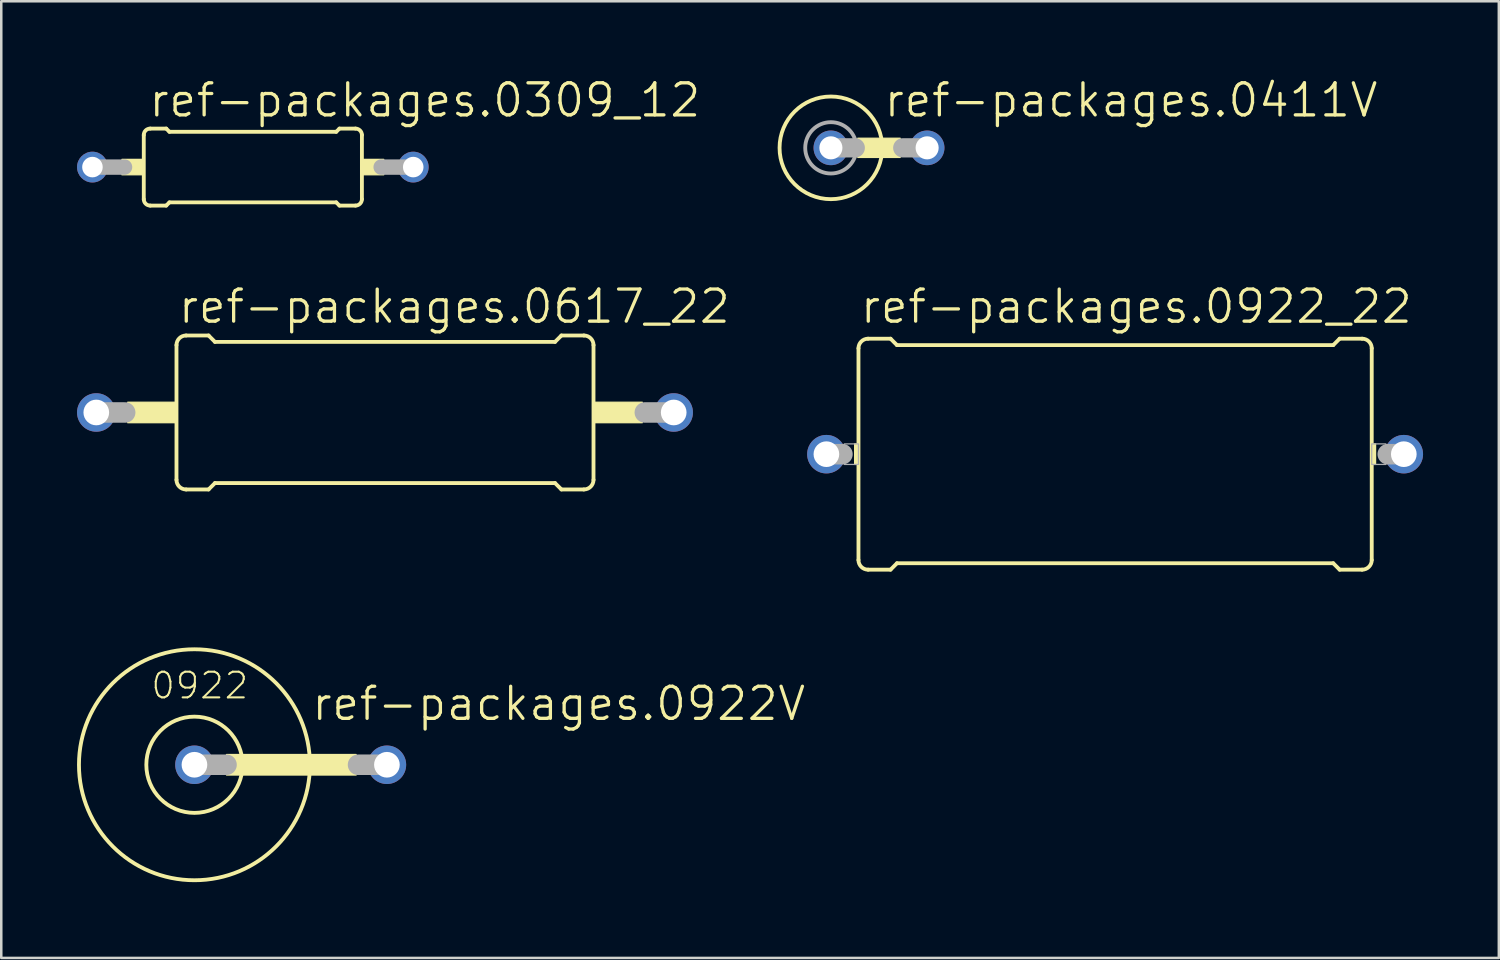
<source format=kicad_pcb>
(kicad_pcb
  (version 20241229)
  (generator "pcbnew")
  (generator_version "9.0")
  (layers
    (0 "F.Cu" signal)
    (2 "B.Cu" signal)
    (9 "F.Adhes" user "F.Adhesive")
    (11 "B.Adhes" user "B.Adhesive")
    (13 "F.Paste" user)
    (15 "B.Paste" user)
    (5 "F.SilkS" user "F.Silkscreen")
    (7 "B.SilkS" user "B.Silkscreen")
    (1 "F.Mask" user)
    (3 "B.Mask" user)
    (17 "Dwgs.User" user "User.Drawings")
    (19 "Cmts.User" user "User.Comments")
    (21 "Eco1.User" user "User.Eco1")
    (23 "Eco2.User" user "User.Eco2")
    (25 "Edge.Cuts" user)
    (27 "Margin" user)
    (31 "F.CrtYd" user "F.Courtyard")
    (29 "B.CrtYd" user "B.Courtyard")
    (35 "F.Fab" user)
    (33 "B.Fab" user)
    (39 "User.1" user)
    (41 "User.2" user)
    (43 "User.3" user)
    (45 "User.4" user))
  (footprint "ref-packages.0922V"
    (layer "F.Cu")
    (at 9.728 27.227)
    (property "Reference" "ref-packages.0922V" (at -0.508 -1.676 0) (layer "F.SilkS") (effects (font (size 1.27 1.27) (thickness 0.13)) (justify left bottom)))
    (attr through_hole)
    (fp_rect (start -3.81 0.406) (end 1.321 -0.406) (stroke (width 0.05) (type default)) (fill yes) (layer "F.SilkS"))
    (fp_circle (center -5.08 0) (end -3.175 0) (stroke (width 0.152) (type default)) (fill no) (layer "F.SilkS"))
    (fp_circle (center -5.08 0) (end -0.508 0) (stroke (width 0.152) (type default)) (fill no) (layer "F.SilkS"))
    (fp_line (start -5.08 0) (end -3.81 0) (stroke (width 0.813) (type default)) (layer "F.Fab"))
    (fp_line (start 2.54 0) (end 1.397 0) (stroke (width 0.813) (type default)) (layer "F.Fab"))
    (fp_text user "0922" (at -6.858 -2.54 0) (layer "F.SilkS") (effects (font (size 1.016 1.016) (thickness 0.08)) (justify left bottom)))
    (pad "1" thru_hole circle (at -5.08 0) (size 1.524 1.524) (drill 1.016) (layers "*.Cu" "*.Mask"))
    (pad "2" thru_hole circle (at 2.54 0) (size 1.524 1.524) (drill 1.016) (layers "*.Cu" "*.Mask")))
  (footprint "ref-packages.0411V"
    (layer "F.Cu")
    (at 32.385 2.803)
    (property "Reference" "ref-packages.0411V" (at -0.508 -1.143 0) (layer "F.SilkS") (effects (font (size 1.27 1.27) (thickness 0.13)) (justify left bottom)))
    (attr through_hole)
    (fp_rect (start -1.473 0.381) (end 0.203 -0.381) (stroke (width 0.05) (type default)) (fill yes) (layer "F.SilkS"))
    (fp_circle (center -2.54 0) (end -0.508 0) (stroke (width 0.152) (type default)) (fill no) (layer "F.SilkS"))
    (fp_line (start -1.575 0) (end -2.54 0) (stroke (width 0.762) (type default)) (layer "F.Fab"))
    (fp_line (start 1.27 0) (end 0.305 0) (stroke (width 0.762) (type default)) (layer "F.Fab"))
    (fp_circle (center -2.54 0) (end -1.524 0) (stroke (width 0.152) (type default)) (fill no) (layer "F.Fab"))
    (pad "1" thru_hole circle (at -2.54 0) (size 1.372 1.372) (drill 0.914) (layers "*.Cu" "*.Mask"))
    (pad "2" thru_hole circle (at 1.27 0) (size 1.372 1.372) (drill 0.914) (layers "*.Cu" "*.Mask")))
  (footprint "ref-packages.0617_22"
    (layer "F.Cu")
    (at 12.192 13.28)
    (property "Reference" "ref-packages.0617_22" (at -8.255 -3.454 0) (layer "F.SilkS") (effects (font (size 1.27 1.27) (thickness 0.13)) (justify left bottom)))
    (attr through_hole)
    (fp_line (start -8.255 2.667) (end -8.255 -2.667) (stroke (width 0.152) (type default)) (layer "F.SilkS"))
    (fp_line (start -7.874 -3.048) (end -6.985 -3.048) (stroke (width 0.152) (type default)) (layer "F.SilkS"))
    (fp_line (start -7.874 3.048) (end -6.985 3.048) (stroke (width 0.152) (type default)) (layer "F.SilkS"))
    (fp_line (start -6.731 -2.794) (end -6.985 -3.048) (stroke (width 0.152) (type default)) (layer "F.SilkS"))
    (fp_line (start -6.731 2.794) (end -6.985 3.048) (stroke (width 0.152) (type default)) (layer "F.SilkS"))
    (fp_line (start 6.731 -2.794) (end -6.731 -2.794) (stroke (width 0.152) (type default)) (layer "F.SilkS"))
    (fp_line (start 6.731 -2.794) (end 6.985 -3.048) (stroke (width 0.152) (type default)) (layer "F.SilkS"))
    (fp_line (start 6.731 2.794) (end -6.731 2.794) (stroke (width 0.152) (type default)) (layer "F.SilkS"))
    (fp_line (start 6.731 2.794) (end 6.985 3.048) (stroke (width 0.152) (type default)) (layer "F.SilkS"))
    (fp_line (start 7.874 -3.048) (end 6.985 -3.048) (stroke (width 0.152) (type default)) (layer "F.SilkS"))
    (fp_line (start 7.874 3.048) (end 6.985 3.048) (stroke (width 0.152) (type default)) (layer "F.SilkS"))
    (fp_line (start 8.255 2.667) (end 8.255 -2.667) (stroke (width 0.152) (type default)) (layer "F.SilkS"))
    (fp_rect (start -10.185 0.406) (end -8.255 -0.406) (stroke (width 0.05) (type default)) (fill yes) (layer "F.SilkS"))
    (fp_rect (start 8.255 0.406) (end 10.185 -0.406) (stroke (width 0.05) (type default)) (fill yes) (layer "F.SilkS"))
    (fp_arc (start -8.255 -2.667) (mid -8.143408 -2.936408) (end -7.874 -3.048) (stroke (width 0.1524) (type default)) (layer "F.SilkS"))
    (fp_arc (start -7.874 3.048) (mid -8.143408 2.936408) (end -8.255 2.667) (stroke (width 0.1524) (type default)) (layer "F.SilkS"))
    (fp_arc (start 7.874 -3.048) (mid 8.143408 -2.936408) (end 8.255 -2.667) (stroke (width 0.1524) (type default)) (layer "F.SilkS"))
    (fp_arc (start 8.255 2.667) (mid 8.143408 2.936408) (end 7.874 3.048) (stroke (width 0.1524) (type default)) (layer "F.SilkS"))
    (fp_line (start -10.287 0) (end -11.43 0) (stroke (width 0.813) (type default)) (layer "F.Fab"))
    (fp_line (start 11.43 0) (end 10.287 0) (stroke (width 0.813) (type default)) (layer "F.Fab"))
    (pad "1" thru_hole circle (at -11.43 0) (size 1.524 1.524) (drill 1.016) (layers "*.Cu" "*.Mask"))
    (pad "2" thru_hole circle (at 11.43 0) (size 1.524 1.524) (drill 1.016) (layers "*.Cu" "*.Mask")))
  (footprint "ref-packages.0922_22"
    (layer "F.Cu")
    (at 41.097 14.931)
    (property "Reference" "ref-packages.0922_22" (at -10.16 -5.105 0) (layer "F.SilkS") (effects (font (size 1.27 1.27) (thickness 0.13)) (justify left bottom)))
    (attr through_hole)
    (fp_line (start -10.16 4.191) (end -10.16 -4.191) (stroke (width 0.152) (type default)) (layer "F.SilkS"))
    (fp_line (start -9.779 -4.572) (end -8.89 -4.572) (stroke (width 0.152) (type default)) (layer "F.SilkS"))
    (fp_line (start -9.779 4.572) (end -8.89 4.572) (stroke (width 0.152) (type default)) (layer "F.SilkS"))
    (fp_line (start -8.636 -4.318) (end -8.89 -4.572) (stroke (width 0.152) (type default)) (layer "F.SilkS"))
    (fp_line (start -8.636 4.318) (end -8.89 4.572) (stroke (width 0.152) (type default)) (layer "F.SilkS"))
    (fp_line (start 8.636 -4.318) (end -8.636 -4.318) (stroke (width 0.152) (type default)) (layer "F.SilkS"))
    (fp_line (start 8.636 -4.318) (end 8.89 -4.572) (stroke (width 0.152) (type default)) (layer "F.SilkS"))
    (fp_line (start 8.636 4.318) (end -8.636 4.318) (stroke (width 0.152) (type default)) (layer "F.SilkS"))
    (fp_line (start 8.636 4.318) (end 8.89 4.572) (stroke (width 0.152) (type default)) (layer "F.SilkS"))
    (fp_line (start 9.779 -4.572) (end 8.89 -4.572) (stroke (width 0.152) (type default)) (layer "F.SilkS"))
    (fp_line (start 9.779 4.572) (end 8.89 4.572) (stroke (width 0.152) (type default)) (layer "F.SilkS"))
    (fp_line (start 10.16 4.191) (end 10.16 -4.191) (stroke (width 0.152) (type default)) (layer "F.SilkS"))
    (fp_rect (start -10.312 0.406) (end -10.16 -0.406) (stroke (width 0.05) (type default)) (fill yes) (layer "F.SilkS"))
    (fp_rect (start 10.16 0.406) (end 10.312 -0.406) (stroke (width 0.05) (type default)) (fill yes) (layer "F.SilkS"))
    (fp_arc (start -10.16 -4.191) (mid -10.048408 -4.460408) (end -9.779 -4.572) (stroke (width 0.1524) (type default)) (layer "F.SilkS"))
    (fp_arc (start -9.779 4.572) (mid -10.048408 4.460408) (end -10.16 4.191) (stroke (width 0.1524) (type default)) (layer "F.SilkS"))
    (fp_arc (start 9.779 -4.572) (mid 10.048408 -4.460408) (end 10.16 -4.191) (stroke (width 0.1524) (type default)) (layer "F.SilkS"))
    (fp_arc (start 10.16 4.191) (mid 10.048408 4.460408) (end 9.779 4.572) (stroke (width 0.1524) (type default)) (layer "F.SilkS"))
    (fp_line (start -11.43 0) (end -10.795 0) (stroke (width 0.813) (type default)) (layer "F.Fab"))
    (fp_line (start 11.43 0) (end 10.795 0) (stroke (width 0.813) (type default)) (layer "F.Fab"))
    (fp_rect (start -10.719 0.406) (end -10.16 -0.406) (stroke (width 0.05) (type default)) (fill no) (layer "F.Fab"))
    (fp_rect (start 10.16 0.406) (end 10.719 -0.406) (stroke (width 0.05) (type default)) (fill no) (layer "F.Fab"))
    (pad "1" thru_hole circle (at -11.43 0) (size 1.524 1.524) (drill 1.016) (layers "*.Cu" "*.Mask"))
    (pad "2" thru_hole circle (at 11.43 0) (size 1.524 1.524) (drill 1.016) (layers "*.Cu" "*.Mask")))
  (footprint "ref-packages.0309_12"
    (layer "F.Cu")
    (at 6.96 3.565)
    (property "Reference" "ref-packages.0309_12" (at -4.191 -1.905 0) (layer "F.SilkS") (effects (font (size 1.27 1.27) (thickness 0.13)) (justify left bottom)))
    (attr through_hole)
    (fp_line (start -4.318 1.27) (end -4.318 -1.27) (stroke (width 0.152) (type default)) (layer "F.SilkS"))
    (fp_line (start -4.064 -1.524) (end -3.429 -1.524) (stroke (width 0.152) (type default)) (layer "F.SilkS"))
    (fp_line (start -4.064 1.524) (end -3.429 1.524) (stroke (width 0.152) (type default)) (layer "F.SilkS"))
    (fp_line (start -3.302 -1.397) (end -3.429 -1.524) (stroke (width 0.152) (type default)) (layer "F.SilkS"))
    (fp_line (start -3.302 1.397) (end -3.429 1.524) (stroke (width 0.152) (type default)) (layer "F.SilkS"))
    (fp_line (start 3.302 -1.397) (end -3.302 -1.397) (stroke (width 0.152) (type default)) (layer "F.SilkS"))
    (fp_line (start 3.302 -1.397) (end 3.429 -1.524) (stroke (width 0.152) (type default)) (layer "F.SilkS"))
    (fp_line (start 3.302 1.397) (end -3.302 1.397) (stroke (width 0.152) (type default)) (layer "F.SilkS"))
    (fp_line (start 3.302 1.397) (end 3.429 1.524) (stroke (width 0.152) (type default)) (layer "F.SilkS"))
    (fp_line (start 4.064 -1.524) (end 3.429 -1.524) (stroke (width 0.152) (type default)) (layer "F.SilkS"))
    (fp_line (start 4.064 1.524) (end 3.429 1.524) (stroke (width 0.152) (type default)) (layer "F.SilkS"))
    (fp_line (start 4.318 1.27) (end 4.318 -1.27) (stroke (width 0.152) (type default)) (layer "F.SilkS"))
    (fp_rect (start -5.182 0.305) (end -4.318 -0.305) (stroke (width 0.05) (type default)) (fill yes) (layer "F.SilkS"))
    (fp_rect (start 4.318 0.305) (end 5.182 -0.305) (stroke (width 0.05) (type default)) (fill yes) (layer "F.SilkS"))
    (fp_arc (start -4.318 -1.27) (mid -4.243605 -1.449605) (end -4.064 -1.524) (stroke (width 0.1524) (type default)) (layer "F.SilkS"))
    (fp_arc (start -4.064 1.524) (mid -4.243605 1.449605) (end -4.318 1.27) (stroke (width 0.1524) (type default)) (layer "F.SilkS"))
    (fp_arc (start 4.064 -1.524) (mid 4.243605 -1.449605) (end 4.318 -1.27) (stroke (width 0.1524) (type default)) (layer "F.SilkS"))
    (fp_arc (start 4.318 1.27) (mid 4.243605 1.449605) (end 4.064 1.524) (stroke (width 0.1524) (type default)) (layer "F.SilkS"))
    (fp_line (start -6.35 0) (end -5.08 0) (stroke (width 0.61) (type default)) (layer "F.Fab"))
    (fp_line (start 6.35 0) (end 5.08 0) (stroke (width 0.61) (type default)) (layer "F.Fab"))
    (pad "1" thru_hole circle (at -6.35 0) (size 1.219 1.219) (drill 0.813) (layers "*.Cu" "*.Mask"))
    (pad "2" thru_hole circle (at 6.35 0) (size 1.219 1.219) (drill 0.813) (layers "*.Cu" "*.Mask")))
  (gr_rect
    (start -3 -3)
    (end 56.289 34.875)
    (stroke (width 0.1) (type default))
    (fill no)
    (layer "Edge.Cuts")))
</source>
